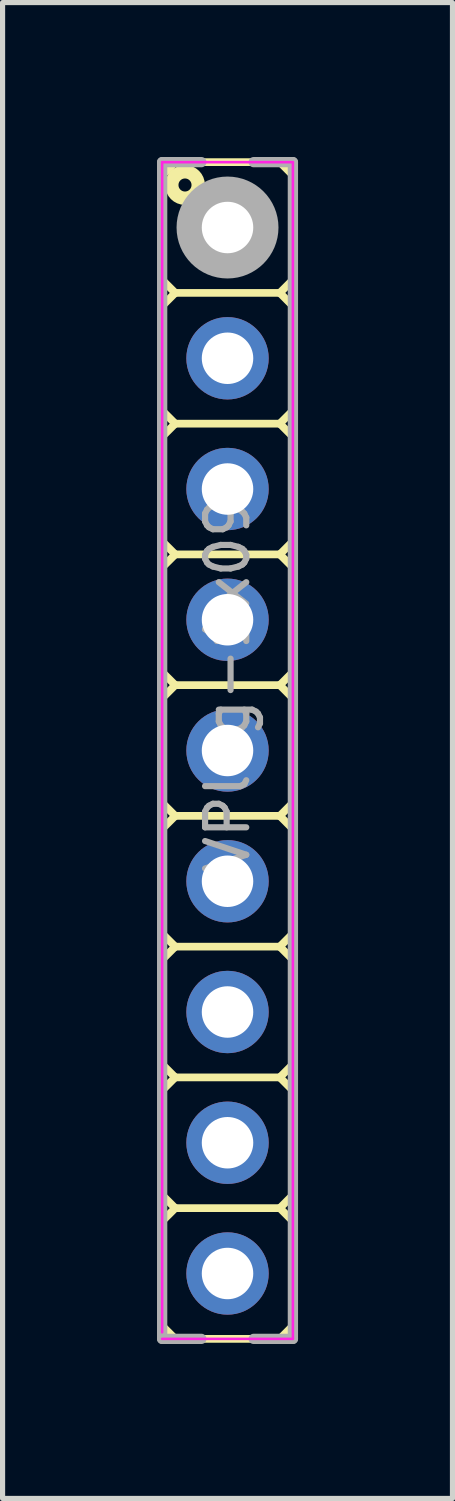
<source format=kicad_pcb>
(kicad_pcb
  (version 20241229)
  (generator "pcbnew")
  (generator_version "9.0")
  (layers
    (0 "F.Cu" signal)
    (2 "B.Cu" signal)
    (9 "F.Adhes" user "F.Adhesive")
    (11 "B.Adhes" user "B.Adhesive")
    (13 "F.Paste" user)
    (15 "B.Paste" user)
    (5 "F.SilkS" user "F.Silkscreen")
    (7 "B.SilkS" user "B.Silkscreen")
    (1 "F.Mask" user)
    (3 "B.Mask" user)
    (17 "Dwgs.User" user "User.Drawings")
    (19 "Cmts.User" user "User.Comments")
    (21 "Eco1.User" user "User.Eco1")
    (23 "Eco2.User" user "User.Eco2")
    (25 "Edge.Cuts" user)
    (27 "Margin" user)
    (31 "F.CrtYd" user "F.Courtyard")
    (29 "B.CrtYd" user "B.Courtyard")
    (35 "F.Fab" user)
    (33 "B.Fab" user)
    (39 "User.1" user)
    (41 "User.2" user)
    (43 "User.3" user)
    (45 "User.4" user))
  (footprint "VPlug-1x09"
    (layer "F.Cu")
    (at 1.37 11.53)
    (property "Reference" "VPlug-1x09" (at 0 -1.27 270) (layer "F.Fab") (effects (font (size 0.8 0.8) (thickness 0.12))))
    (attr through_hole)
    (fp_line (start -1.27 -11.176) (end -1.27 -9.144) (stroke (width 0.15) (type solid)) (layer "F.SilkS"))
    (fp_line (start -1.27 -11.176) (end -1.016 -11.43) (stroke (width 0.15) (type solid)) (layer "F.SilkS"))
    (fp_line (start -1.27 -9.144) (end -1.016 -8.89) (stroke (width 0.15) (type solid)) (layer "F.SilkS"))
    (fp_line (start -1.27 -8.636) (end -1.27 -6.604) (stroke (width 0.15) (type solid)) (layer "F.SilkS"))
    (fp_line (start -1.27 -6.604) (end -1.016 -6.35) (stroke (width 0.15) (type solid)) (layer "F.SilkS"))
    (fp_line (start -1.27 -6.096) (end -1.27 -4.064) (stroke (width 0.15) (type solid)) (layer "F.SilkS"))
    (fp_line (start -1.27 -4.064) (end -1.016 -3.81) (stroke (width 0.15) (type solid)) (layer "F.SilkS"))
    (fp_line (start -1.27 -3.556) (end -1.27 -1.524) (stroke (width 0.15) (type solid)) (layer "F.SilkS"))
    (fp_line (start -1.27 -1.524) (end -1.016 -1.27) (stroke (width 0.15) (type solid)) (layer "F.SilkS"))
    (fp_line (start -1.27 -1.016) (end -1.27 1.016) (stroke (width 0.15) (type solid)) (layer "F.SilkS"))
    (fp_line (start -1.27 1.016) (end -1.016 1.27) (stroke (width 0.15) (type solid)) (layer "F.SilkS"))
    (fp_line (start -1.27 1.524) (end -1.27 3.556) (stroke (width 0.15) (type solid)) (layer "F.SilkS"))
    (fp_line (start -1.27 3.556) (end -1.016 3.81) (stroke (width 0.15) (type solid)) (layer "F.SilkS"))
    (fp_line (start -1.27 4.064) (end -1.27 6.096) (stroke (width 0.15) (type solid)) (layer "F.SilkS"))
    (fp_line (start -1.27 6.096) (end -1.016 6.35) (stroke (width 0.15) (type solid)) (layer "F.SilkS"))
    (fp_line (start -1.27 6.604) (end -1.27 8.636) (stroke (width 0.15) (type solid)) (layer "F.SilkS"))
    (fp_line (start -1.27 8.636) (end -1.016 8.89) (stroke (width 0.15) (type solid)) (layer "F.SilkS"))
    (fp_line (start -1.27 9.144) (end -1.27 11.176) (stroke (width 0.15) (type solid)) (layer "F.SilkS"))
    (fp_line (start -1.27 11.176) (end -1.016 11.43) (stroke (width 0.15) (type solid)) (layer "F.SilkS"))
    (fp_line (start -1.016 -11.43) (end 1.016 -11.43) (stroke (width 0.15) (type solid)) (layer "F.SilkS"))
    (fp_line (start -1.016 -8.89) (end -1.27 -8.636) (stroke (width 0.15) (type solid)) (layer "F.SilkS"))
    (fp_line (start -1.016 -6.35) (end -1.27 -6.096) (stroke (width 0.15) (type solid)) (layer "F.SilkS"))
    (fp_line (start -1.016 -6.35) (end 1.016 -6.35) (stroke (width 0.15) (type solid)) (layer "F.SilkS"))
    (fp_line (start -1.016 -3.81) (end -1.27 -3.556) (stroke (width 0.15) (type solid)) (layer "F.SilkS"))
    (fp_line (start -1.016 -1.27) (end -1.27 -1.016) (stroke (width 0.15) (type solid)) (layer "F.SilkS"))
    (fp_line (start -1.016 1.27) (end -1.27 1.524) (stroke (width 0.15) (type solid)) (layer "F.SilkS"))
    (fp_line (start -1.016 3.81) (end -1.27 4.064) (stroke (width 0.15) (type solid)) (layer "F.SilkS"))
    (fp_line (start -1.016 6.35) (end -1.27 6.604) (stroke (width 0.15) (type solid)) (layer "F.SilkS"))
    (fp_line (start -1.016 8.89) (end -1.27 9.144) (stroke (width 0.15) (type solid)) (layer "F.SilkS"))
    (fp_line (start -1.016 8.89) (end 1.016 8.89) (stroke (width 0.15) (type solid)) (layer "F.SilkS"))
    (fp_line (start -1.016 11.43) (end 1.016 11.43) (stroke (width 0.15) (type solid)) (layer "F.SilkS"))
    (fp_line (start 1.016 -11.43) (end 1.27 -11.176) (stroke (width 0.15) (type solid)) (layer "F.SilkS"))
    (fp_line (start 1.016 -8.89) (end -1.016 -8.89) (stroke (width 0.15) (type solid)) (layer "F.SilkS"))
    (fp_line (start 1.016 -6.35) (end 1.27 -6.604) (stroke (width 0.15) (type solid)) (layer "F.SilkS"))
    (fp_line (start 1.016 -3.81) (end -1.016 -3.81) (stroke (width 0.15) (type solid)) (layer "F.SilkS"))
    (fp_line (start 1.016 -3.81) (end 1.27 -4.064) (stroke (width 0.15) (type solid)) (layer "F.SilkS"))
    (fp_line (start 1.016 -1.27) (end -1.016 -1.27) (stroke (width 0.15) (type solid)) (layer "F.SilkS"))
    (fp_line (start 1.016 -1.27) (end 1.27 -1.524) (stroke (width 0.15) (type solid)) (layer "F.SilkS"))
    (fp_line (start 1.016 1.27) (end -1.016 1.27) (stroke (width 0.15) (type solid)) (layer "F.SilkS"))
    (fp_line (start 1.016 1.27) (end 1.27 1.016) (stroke (width 0.15) (type solid)) (layer "F.SilkS"))
    (fp_line (start 1.016 3.81) (end -1.016 3.81) (stroke (width 0.15) (type solid)) (layer "F.SilkS"))
    (fp_line (start 1.016 3.81) (end 1.27 3.556) (stroke (width 0.15) (type solid)) (layer "F.SilkS"))
    (fp_line (start 1.016 6.35) (end -1.016 6.35) (stroke (width 0.15) (type solid)) (layer "F.SilkS"))
    (fp_line (start 1.016 6.35) (end 1.27 6.096) (stroke (width 0.15) (type solid)) (layer "F.SilkS"))
    (fp_line (start 1.016 8.89) (end 1.27 8.636) (stroke (width 0.15) (type solid)) (layer "F.SilkS"))
    (fp_line (start 1.016 11.43) (end 1.27 11.176) (stroke (width 0.15) (type solid)) (layer "F.SilkS"))
    (fp_line (start 1.27 -11.176) (end 1.27 -9.144) (stroke (width 0.15) (type solid)) (layer "F.SilkS"))
    (fp_line (start 1.27 -9.144) (end 1.016 -8.89) (stroke (width 0.15) (type solid)) (layer "F.SilkS"))
    (fp_line (start 1.27 -8.636) (end 1.016 -8.89) (stroke (width 0.15) (type solid)) (layer "F.SilkS"))
    (fp_line (start 1.27 -6.604) (end 1.27 -8.636) (stroke (width 0.15) (type solid)) (layer "F.SilkS"))
    (fp_line (start 1.27 -6.096) (end 1.016 -6.35) (stroke (width 0.15) (type solid)) (layer "F.SilkS"))
    (fp_line (start 1.27 -4.064) (end 1.27 -6.096) (stroke (width 0.15) (type solid)) (layer "F.SilkS"))
    (fp_line (start 1.27 -3.556) (end 1.016 -3.81) (stroke (width 0.15) (type solid)) (layer "F.SilkS"))
    (fp_line (start 1.27 -1.524) (end 1.27 -3.556) (stroke (width 0.15) (type solid)) (layer "F.SilkS"))
    (fp_line (start 1.27 -1.016) (end 1.016 -1.27) (stroke (width 0.15) (type solid)) (layer "F.SilkS"))
    (fp_line (start 1.27 1.016) (end 1.27 -1.016) (stroke (width 0.15) (type solid)) (layer "F.SilkS"))
    (fp_line (start 1.27 1.524) (end 1.016 1.27) (stroke (width 0.15) (type solid)) (layer "F.SilkS"))
    (fp_line (start 1.27 3.556) (end 1.27 1.524) (stroke (width 0.15) (type solid)) (layer "F.SilkS"))
    (fp_line (start 1.27 4.064) (end 1.016 3.81) (stroke (width 0.15) (type solid)) (layer "F.SilkS"))
    (fp_line (start 1.27 6.096) (end 1.27 4.064) (stroke (width 0.15) (type solid)) (layer "F.SilkS"))
    (fp_line (start 1.27 6.604) (end 1.016 6.35) (stroke (width 0.15) (type solid)) (layer "F.SilkS"))
    (fp_line (start 1.27 8.636) (end 1.27 6.604) (stroke (width 0.15) (type solid)) (layer "F.SilkS"))
    (fp_line (start 1.27 9.144) (end 1.016 8.89) (stroke (width 0.15) (type solid)) (layer "F.SilkS"))
    (fp_line (start 1.27 11.176) (end 1.27 9.144) (stroke (width 0.15) (type solid)) (layer "F.SilkS"))
    (fp_circle (center -0.826 -10.986) (end -0.699 -10.986) (stroke (width 0.26) (type solid)) (fill no) (layer "F.SilkS"))
    (fp_line (start -1.27 -11.43) (end 1.27 -11.43) (stroke (width 0.05) (type solid)) (layer "F.CrtYd"))
    (fp_line (start -1.27 11.303) (end -1.27 -11.43) (stroke (width 0.05) (type solid)) (layer "F.CrtYd"))
    (fp_line (start 1.27 -11.43) (end 1.27 11.43) (stroke (width 0.05) (type solid)) (layer "F.CrtYd"))
    (fp_line (start 1.27 11.43) (end -1.27 11.43) (stroke (width 0.05) (type solid)) (layer "F.CrtYd"))
    (fp_line (start -1.27 -11.43) (end -1.27 11.43) (stroke (width 0.2) (type solid)) (layer "F.Fab"))
    (fp_line (start -0.508 -11.43) (end -1.27 -11.43) (stroke (width 0.2) (type solid)) (layer "F.Fab"))
    (fp_line (start -0.508 11.43) (end -1.27 11.43) (stroke (width 0.2) (type solid)) (layer "F.Fab"))
    (fp_line (start 1.27 -11.43) (end 0.508 -11.43) (stroke (width 0.2) (type solid)) (layer "F.Fab"))
    (fp_line (start 1.27 11.43) (end 0.508 11.43) (stroke (width 0.2) (type solid)) (layer "F.Fab"))
    (fp_line (start 1.27 11.43) (end 1.27 -11.43) (stroke (width 0.2) (type solid)) (layer "F.Fab"))
    (fp_circle (center 0 -10.16) (end 0 -9.97) (stroke (width 0.8) (type solid)) (fill no) (layer "F.Fab"))
    (pad "1" thru_hole circle (at 0 -10.16) (size 1.6 1.6) (drill 1) (layers "*.Cu" "*.Mask"))
    (pad "2" thru_hole circle (at 0 -7.62) (size 1.6 1.6) (drill 1) (layers "*.Cu" "*.Mask"))
    (pad "3" thru_hole circle (at 0 -5.08) (size 1.6 1.6) (drill 1) (layers "*.Cu" "*.Mask"))
    (pad "4" thru_hole circle (at 0 -2.54) (size 1.6 1.6) (drill 1) (layers "*.Cu" "*.Mask"))
    (pad "5" thru_hole circle (at 0 0) (size 1.6 1.6) (drill 1) (layers "*.Cu" "*.Mask"))
    (pad "6" thru_hole circle (at 0 2.54) (size 1.6 1.6) (drill 1) (layers "*.Cu" "*.Mask"))
    (pad "7" thru_hole circle (at 0 5.08) (size 1.6 1.6) (drill 1) (layers "*.Cu" "*.Mask"))
    (pad "8" thru_hole circle (at 0 7.62) (size 1.6 1.6) (drill 1) (layers "*.Cu" "*.Mask"))
    (pad "9" thru_hole circle (at 0 10.16) (size 1.6 1.6) (drill 1) (layers "*.Cu" "*.Mask")))
  (gr_rect
    (start -3 -3)
    (end 5.74 26.06)
    (stroke (width 0.1) (type default))
    (fill no)
    (layer "Edge.Cuts")))
</source>
